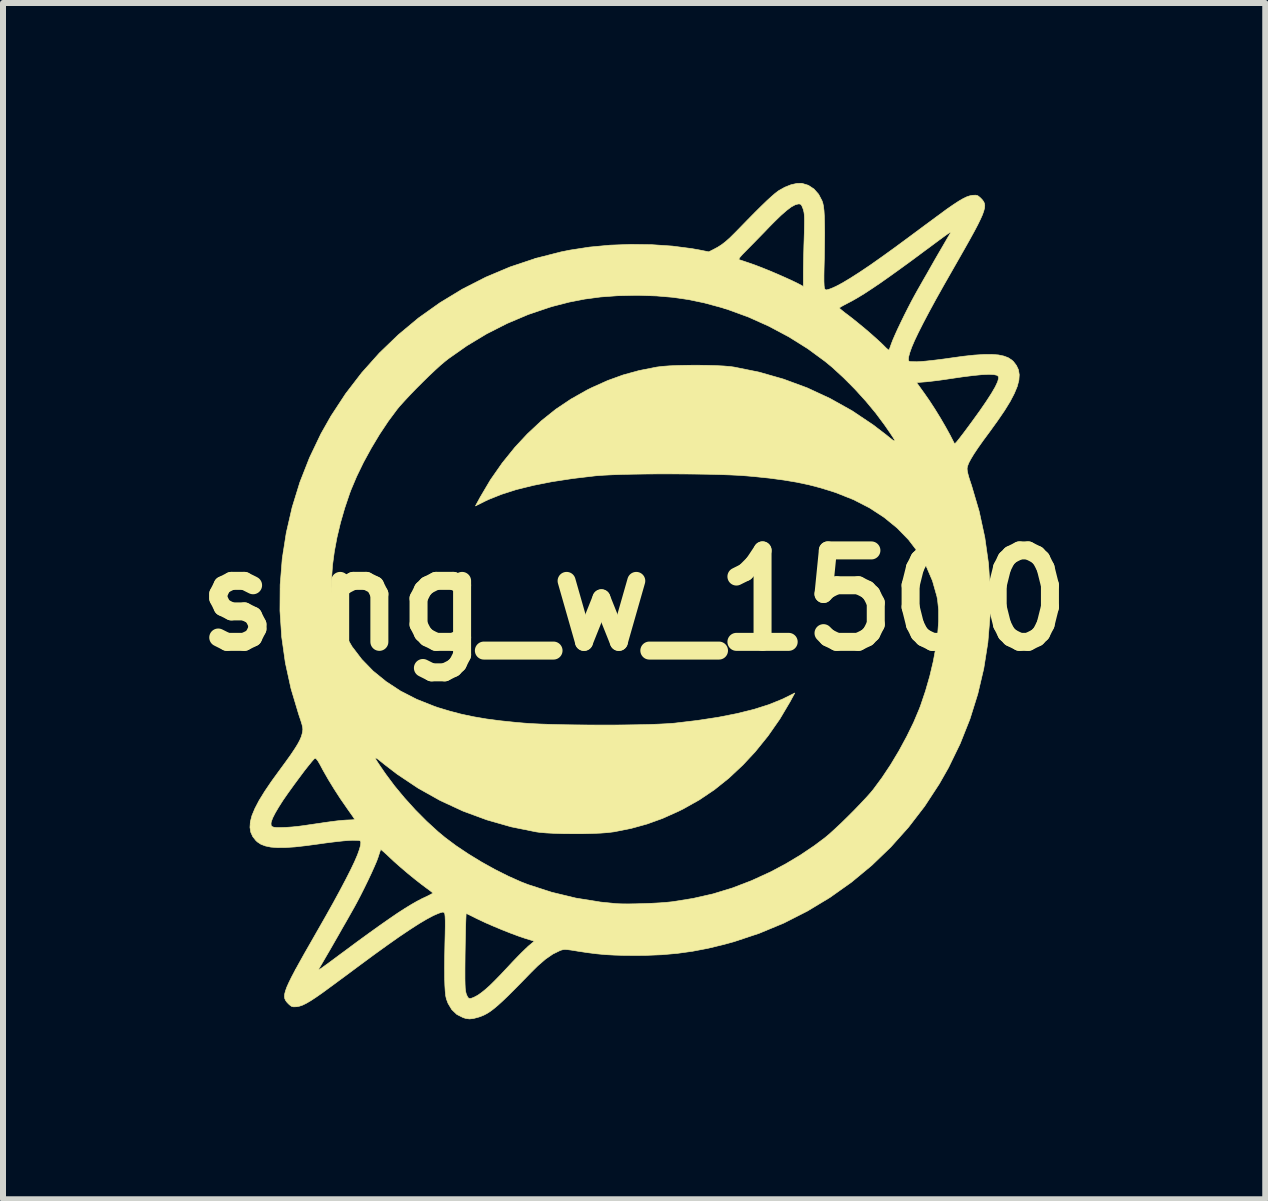
<source format=kicad_pcb>
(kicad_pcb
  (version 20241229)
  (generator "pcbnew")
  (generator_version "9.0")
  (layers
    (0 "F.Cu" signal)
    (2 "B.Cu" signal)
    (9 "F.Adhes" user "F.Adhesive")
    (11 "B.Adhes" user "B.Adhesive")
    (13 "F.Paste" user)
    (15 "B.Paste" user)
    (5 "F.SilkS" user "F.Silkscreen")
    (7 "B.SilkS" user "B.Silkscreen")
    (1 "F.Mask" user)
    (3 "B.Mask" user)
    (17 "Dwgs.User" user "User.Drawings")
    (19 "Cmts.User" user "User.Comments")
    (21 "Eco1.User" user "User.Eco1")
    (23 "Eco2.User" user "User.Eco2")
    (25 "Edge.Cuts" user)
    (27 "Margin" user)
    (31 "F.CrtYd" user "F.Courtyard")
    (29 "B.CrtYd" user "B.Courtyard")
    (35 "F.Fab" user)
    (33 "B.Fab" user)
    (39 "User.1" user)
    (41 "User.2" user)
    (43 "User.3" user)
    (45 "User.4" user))
  (footprint "sing_w_1500"
    (layer "F.Cu")
    (at 7.518 6.958)
    (property "Reference" "sing_w_1500" (at 0 0 0) (layer "F.SilkS") (effects (font (size 1.524 1.524) (thickness 0.3))))
    (attr through_hole)
    (fp_poly (pts (xy 2.799 -6.952) (xy 2.904 -6.92) (xy 2.998 -6.858) (xy 3.075 -6.771) (xy 3.132 -6.662) (xy 3.145 -6.624) (xy 3.156 -6.573) (xy 3.165 -6.499) (xy 3.171 -6.401) (xy 3.174 -6.276) (xy 3.176 -6.123) (xy 3.174 -5.941) (xy 3.171 -5.728) (xy 3.166 -5.537) (xy 3.164 -5.417) (xy 3.164 -5.32) (xy 3.167 -5.248) (xy 3.172 -5.205) (xy 3.175 -5.196) (xy 3.187 -5.18) (xy 3.205 -5.176) (xy 3.239 -5.184) (xy 3.279 -5.198) (xy 3.362 -5.234) (xy 3.471 -5.292) (xy 3.603 -5.371) (xy 3.758 -5.47) (xy 3.935 -5.589) (xy 4.132 -5.728) (xy 4.35 -5.885) (xy 4.476 -5.978) (xy 4.59 -6.062) (xy 4.711 -6.152) (xy 4.832 -6.242) (xy 4.945 -6.325) (xy 5.042 -6.397) (xy 5.078 -6.423) (xy 5.209 -6.52) (xy 5.319 -6.596) (xy 5.409 -6.655) (xy 5.483 -6.698) (xy 5.545 -6.728) (xy 5.597 -6.745) (xy 5.639 -6.753) (xy 5.692 -6.755) (xy 5.727 -6.747) (xy 5.761 -6.721) (xy 5.782 -6.701) (xy 5.807 -6.674) (xy 5.826 -6.647) (xy 5.839 -6.618) (xy 5.844 -6.584) (xy 5.841 -6.542) (xy 5.828 -6.492) (xy 5.806 -6.429) (xy 5.772 -6.353) (xy 5.727 -6.261) (xy 5.669 -6.151) (xy 5.597 -6.02) (xy 5.511 -5.867) (xy 5.409 -5.688) (xy 5.308 -5.511) (xy 5.159 -5.25) (xy 5.028 -5.016) (xy 4.915 -4.808) (xy 4.819 -4.626) (xy 4.739 -4.468) (xy 4.675 -4.334) (xy 4.627 -4.222) (xy 4.595 -4.132) (xy 4.576 -4.062) (xy 4.572 -4.021) (xy 4.573 -4.001) (xy 4.582 -3.988) (xy 4.605 -3.982) (xy 4.649 -3.98) (xy 4.714 -3.979) (xy 4.772 -3.982) (xy 4.856 -3.989) (xy 4.961 -4) (xy 5.078 -4.014) (xy 5.201 -4.03) (xy 5.269 -4.04) (xy 5.484 -4.07) (xy 5.669 -4.09) (xy 5.827 -4.1) (xy 5.96 -4.101) (xy 6.071 -4.093) (xy 6.162 -4.074) (xy 6.236 -4.046) (xy 6.295 -4.007) (xy 6.321 -3.984) (xy 6.372 -3.917) (xy 6.406 -3.844) (xy 6.419 -3.763) (xy 6.413 -3.672) (xy 6.386 -3.568) (xy 6.337 -3.45) (xy 6.267 -3.316) (xy 6.174 -3.165) (xy 6.057 -2.994) (xy 5.925 -2.811) (xy 5.817 -2.665) (xy 5.73 -2.542) (xy 5.662 -2.44) (xy 5.612 -2.357) (xy 5.577 -2.291) (xy 5.557 -2.238) (xy 5.554 -2.226) (xy 5.55 -2.197) (xy 5.553 -2.161) (xy 5.563 -2.113) (xy 5.581 -2.047) (xy 5.61 -1.958) (xy 5.624 -1.917) (xy 5.751 -1.486) (xy 5.845 -1.051) (xy 5.907 -0.613) (xy 5.935 -0.174) (xy 5.932 0.264) (xy 5.896 0.7) (xy 5.828 1.132) (xy 5.728 1.558) (xy 5.597 1.977) (xy 5.434 2.387) (xy 5.24 2.786) (xy 5.086 3.057) (xy 4.842 3.43) (xy 4.572 3.781) (xy 4.278 4.11) (xy 3.961 4.415) (xy 3.623 4.695) (xy 3.265 4.949) (xy 2.889 5.176) (xy 2.496 5.376) (xy 2.087 5.546) (xy 1.663 5.687) (xy 1.499 5.732) (xy 1.23 5.797) (xy 0.974 5.846) (xy 0.721 5.881) (xy 0.462 5.904) (xy 0.185 5.915) (xy 0.025 5.916) (xy -0.164 5.915) (xy -0.329 5.91) (xy -0.48 5.902) (xy -0.626 5.888) (xy -0.777 5.869) (xy -0.943 5.844) (xy -0.959 5.841) (xy -1.046 5.827) (xy -1.108 5.819) (xy -1.151 5.816) (xy -1.184 5.819) (xy -1.214 5.827) (xy -1.238 5.836) (xy -1.353 5.892) (xy -1.475 5.976) (xy -1.606 6.089) (xy -1.718 6.2) (xy -1.864 6.35) (xy -1.99 6.478) (xy -2.097 6.585) (xy -2.19 6.674) (xy -2.269 6.746) (xy -2.337 6.803) (xy -2.398 6.849) (xy -2.453 6.884) (xy -2.505 6.911) (xy -2.556 6.932) (xy -2.595 6.945) (xy -2.678 6.967) (xy -2.743 6.974) (xy -2.804 6.966) (xy -2.849 6.952) (xy -2.954 6.899) (xy -3.038 6.819) (xy -3.101 6.714) (xy -3.129 6.639) (xy -3.14 6.588) (xy -3.148 6.512) (xy -3.154 6.411) (xy -3.158 6.282) (xy -3.158 6.198) (xy -2.819 6.198) (xy -2.819 6.314) (xy -2.817 6.401) (xy -2.814 6.466) (xy -2.808 6.513) (xy -2.8 6.548) (xy -2.79 6.576) (xy -2.769 6.617) (xy -2.749 6.633) (xy -2.72 6.632) (xy -2.714 6.63) (xy -2.671 6.614) (xy -2.618 6.586) (xy -2.599 6.575) (xy -2.54 6.533) (xy -2.477 6.482) (xy -2.406 6.419) (xy -2.326 6.34) (xy -2.231 6.243) (xy -2.118 6.123) (xy -2.104 6.108) (xy -2.024 6.022) (xy -1.945 5.94) (xy -1.872 5.866) (xy -1.81 5.806) (xy -1.766 5.764) (xy -1.759 5.758) (xy -1.663 5.678) (xy -1.81 5.633) (xy -1.922 5.595) (xy -2.054 5.546) (xy -2.198 5.489) (xy -2.342 5.429) (xy -2.478 5.37) (xy -2.596 5.314) (xy -2.62 5.303) (xy -2.689 5.268) (xy -2.746 5.24) (xy -2.784 5.222) (xy -2.798 5.215) (xy -2.8 5.232) (xy -2.802 5.277) (xy -2.805 5.347) (xy -2.808 5.437) (xy -2.81 5.542) (xy -2.813 5.658) (xy -2.815 5.781) (xy -2.817 5.904) (xy -2.818 6.025) (xy -2.819 6.137) (xy -2.819 6.198) (xy -3.158 6.198) (xy -3.159 6.125) (xy -3.157 5.938) (xy -3.153 5.72) (xy -3.149 5.554) (xy -3.147 5.434) (xy -3.147 5.337) (xy -3.15 5.265) (xy -3.155 5.222) (xy -3.158 5.213) (xy -3.17 5.197) (xy -3.189 5.193) (xy -3.222 5.201) (xy -3.262 5.215) (xy -3.345 5.251) (xy -3.454 5.309) (xy -3.586 5.387) (xy -3.741 5.487) (xy -3.918 5.606) (xy -4.115 5.745) (xy -4.333 5.902) (xy -4.459 5.995) (xy -4.573 6.079) (xy -4.694 6.169) (xy -4.815 6.259) (xy -4.928 6.342) (xy -5.025 6.414) (xy -5.061 6.44) (xy -5.193 6.537) (xy -5.302 6.613) (xy -5.392 6.672) (xy -5.466 6.715) (xy -5.528 6.745) (xy -5.58 6.762) (xy -5.623 6.77) (xy -5.675 6.772) (xy -5.71 6.764) (xy -5.744 6.738) (xy -5.765 6.718) (xy -5.79 6.691) (xy -5.809 6.664) (xy -5.822 6.635) (xy -5.827 6.601) (xy -5.824 6.559) (xy -5.811 6.509) (xy -5.789 6.446) (xy -5.755 6.37) (xy -5.71 6.278) (xy -5.652 6.168) (xy -5.644 6.153) (xy -5.259 6.153) (xy -5.251 6.152) (xy -5.233 6.142) (xy -5.2 6.12) (xy -5.152 6.085) (xy -5.084 6.036) (xy -4.995 5.97) (xy -4.882 5.886) (xy -4.834 5.851) (xy -4.612 5.686) (xy -4.414 5.542) (xy -4.238 5.416) (xy -4.082 5.307) (xy -3.945 5.213) (xy -3.823 5.134) (xy -3.715 5.068) (xy -3.619 5.013) (xy -3.533 4.968) (xy -3.498 4.952) (xy -3.435 4.922) (xy -3.387 4.897) (xy -3.358 4.881) (xy -3.354 4.877) (xy -3.366 4.864) (xy -3.4 4.837) (xy -3.447 4.802) (xy -3.449 4.801) (xy -3.544 4.73) (xy -3.655 4.643) (xy -3.774 4.546) (xy -3.891 4.446) (xy -3.999 4.351) (xy -4.063 4.291) (xy -4.121 4.236) (xy -4.171 4.191) (xy -4.206 4.161) (xy -4.222 4.15) (xy -4.222 4.151) (xy -4.23 4.169) (xy -4.244 4.211) (xy -4.263 4.268) (xy -4.265 4.276) (xy -4.29 4.344) (xy -4.329 4.435) (xy -4.378 4.544) (xy -4.435 4.665) (xy -4.497 4.792) (xy -4.561 4.919) (xy -4.624 5.039) (xy -4.66 5.105) (xy -4.696 5.169) (xy -4.744 5.254) (xy -4.8 5.353) (xy -4.863 5.462) (xy -4.928 5.577) (xy -4.994 5.692) (xy -5.058 5.804) (xy -5.117 5.905) (xy -5.168 5.993) (xy -5.208 6.062) (xy -5.235 6.107) (xy -5.237 6.112) (xy -5.249 6.131) (xy -5.257 6.145) (xy -5.259 6.153) (xy -5.644 6.153) (xy -5.58 6.037) (xy -5.494 5.883) (xy -5.392 5.705) (xy -5.291 5.528) (xy -5.142 5.267) (xy -5.011 5.033) (xy -4.898 4.825) (xy -4.802 4.643) (xy -4.722 4.485) (xy -4.658 4.351) (xy -4.61 4.239) (xy -4.578 4.149) (xy -4.559 4.079) (xy -4.555 4.038) (xy -4.557 4.018) (xy -4.565 4.005) (xy -4.588 3.999) (xy -4.632 3.997) (xy -4.697 3.996) (xy -4.755 3.999) (xy -4.84 4.006) (xy -4.944 4.017) (xy -5.061 4.031) (xy -5.184 4.047) (xy -5.252 4.057) (xy -5.467 4.086) (xy -5.653 4.107) (xy -5.81 4.117) (xy -5.943 4.118) (xy -6.054 4.11) (xy -6.145 4.091) (xy -6.219 4.063) (xy -6.278 4.024) (xy -6.304 4) (xy -6.356 3.934) (xy -6.389 3.861) (xy -6.402 3.78) (xy -6.397 3.711) (xy -6.051 3.711) (xy -6.049 3.751) (xy -6.03 3.77) (xy -6.003 3.779) (xy -5.957 3.784) (xy -5.885 3.784) (xy -5.796 3.781) (xy -5.697 3.774) (xy -5.597 3.764) (xy -5.554 3.758) (xy -5.499 3.751) (xy -5.42 3.739) (xy -5.324 3.725) (xy -5.22 3.71) (xy -5.156 3.7) (xy -5.052 3.686) (xy -4.951 3.673) (xy -4.862 3.664) (xy -4.792 3.659) (xy -4.763 3.658) (xy -4.708 3.656) (xy -4.669 3.653) (xy -4.657 3.648) (xy -4.666 3.632) (xy -4.692 3.593) (xy -4.731 3.538) (xy -4.779 3.47) (xy -4.799 3.441) (xy -4.896 3.301) (xy -4.997 3.145) (xy -5.095 2.985) (xy -5.183 2.831) (xy -5.234 2.735) (xy -5.271 2.672) (xy -5.3 2.636) (xy -5.317 2.629) (xy -5.336 2.644) (xy -5.373 2.686) (xy -5.426 2.751) (xy -5.494 2.837) (xy -5.574 2.944) (xy -5.665 3.067) (xy -5.766 3.207) (xy -5.773 3.217) (xy -5.854 3.334) (xy -5.924 3.444) (xy -5.981 3.541) (xy -6.023 3.623) (xy -6.046 3.685) (xy -6.051 3.711) (xy -6.397 3.711) (xy -6.396 3.688) (xy -6.369 3.585) (xy -6.32 3.467) (xy -6.25 3.333) (xy -6.157 3.182) (xy -6.041 3.011) (xy -5.908 2.828) (xy -5.806 2.689) (xy -5.723 2.573) (xy -5.658 2.476) (xy -5.608 2.396) (xy -5.572 2.329) (xy -5.547 2.271) (xy -5.532 2.219) (xy -5.531 2.216) (xy -5.524 2.18) (xy -5.521 2.148) (xy -5.524 2.114) (xy -5.534 2.07) (xy -5.552 2.01) (xy -5.58 1.927) (xy -5.592 1.89) (xy -5.718 1.469) (xy -5.812 1.04) (xy -5.873 0.608) (xy -5.902 0.173) (xy -5.899 -0.263) (xy -5.889 -0.38) (xy -5.041 -0.38) (xy -5.041 -0.191) (xy -5.025 -0.025) (xy -5.013 0.034) (xy -4.939 0.294) (xy -4.834 0.539) (xy -4.701 0.768) (xy -4.539 0.98) (xy -4.35 1.175) (xy -4.133 1.351) (xy -3.892 1.509) (xy -3.625 1.646) (xy -3.333 1.762) (xy -3.268 1.785) (xy -3.075 1.843) (xy -2.881 1.894) (xy -2.678 1.937) (xy -2.462 1.974) (xy -2.225 2.005) (xy -1.964 2.032) (xy -1.837 2.043) (xy -1.713 2.052) (xy -1.562 2.059) (xy -1.389 2.065) (xy -1.199 2.07) (xy -0.996 2.073) (xy -0.785 2.075) (xy -0.57 2.076) (xy -0.356 2.076) (xy -0.148 2.074) (xy 0.051 2.071) (xy 0.235 2.067) (xy 0.4 2.061) (xy 0.541 2.054) (xy 0.654 2.046) (xy 0.677 2.044) (xy 1.057 1.999) (xy 1.403 1.946) (xy 1.717 1.884) (xy 1.999 1.814) (xy 2.248 1.735) (xy 2.465 1.647) (xy 2.525 1.618) (xy 2.678 1.542) (xy 2.598 1.69) (xy 2.429 1.975) (xy 2.233 2.256) (xy 2.019 2.521) (xy 1.814 2.741) (xy 1.578 2.962) (xy 1.338 3.154) (xy 1.087 3.323) (xy 0.818 3.474) (xy 0.737 3.514) (xy 0.474 3.632) (xy 0.216 3.725) (xy -0.048 3.798) (xy -0.333 3.855) (xy -0.341 3.856) (xy -0.437 3.868) (xy -0.559 3.877) (xy -0.701 3.883) (xy -0.856 3.887) (xy -1.017 3.887) (xy -1.176 3.886) (xy -1.327 3.881) (xy -1.463 3.874) (xy -1.577 3.864) (xy -1.634 3.856) (xy -2.049 3.772) (xy -2.455 3.656) (xy -2.851 3.51) (xy -3.233 3.333) (xy -3.599 3.128) (xy -3.948 2.895) (xy -4.163 2.73) (xy -4.227 2.678) (xy -4.273 2.642) (xy -4.302 2.624) (xy -4.312 2.625) (xy -4.305 2.647) (xy -4.278 2.69) (xy -4.233 2.758) (xy -4.169 2.851) (xy -4.137 2.897) (xy -3.993 3.09) (xy -3.827 3.29) (xy -3.646 3.49) (xy -3.457 3.68) (xy -3.269 3.852) (xy -3.15 3.951) (xy -2.968 4.087) (xy -2.763 4.224) (xy -2.544 4.358) (xy -2.319 4.483) (xy -2.096 4.595) (xy -1.883 4.69) (xy -1.77 4.734) (xy -1.375 4.862) (xy -0.969 4.96) (xy -0.558 5.026) (xy -0.288 5.053) (xy -0.205 5.056) (xy -0.096 5.057) (xy 0.03 5.055) (xy 0.165 5.051) (xy 0.301 5.046) (xy 0.43 5.039) (xy 0.544 5.03) (xy 0.634 5.021) (xy 0.635 5.021) (xy 0.984 4.965) (xy 1.315 4.89) (xy 1.636 4.792) (xy 1.955 4.67) (xy 2.278 4.522) (xy 2.524 4.391) (xy 2.77 4.244) (xy 3.003 4.087) (xy 3.183 3.952) (xy 3.257 3.89) (xy 3.348 3.807) (xy 3.451 3.711) (xy 3.559 3.605) (xy 3.668 3.496) (xy 3.772 3.388) (xy 3.865 3.289) (xy 3.943 3.202) (xy 3.986 3.15) (xy 4.131 2.954) (xy 4.276 2.736) (xy 4.415 2.504) (xy 4.544 2.266) (xy 4.659 2.031) (xy 4.753 1.808) (xy 4.774 1.753) (xy 4.857 1.507) (xy 4.928 1.26) (xy 4.986 1.016) (xy 5.03 0.78) (xy 5.06 0.555) (xy 5.075 0.346) (xy 5.075 0.157) (xy 5.058 -0.009) (xy 5.047 -0.068) (xy 4.973 -0.328) (xy 4.868 -0.573) (xy 4.735 -0.802) (xy 4.573 -1.014) (xy 4.383 -1.209) (xy 4.167 -1.385) (xy 3.925 -1.543) (xy 3.658 -1.68) (xy 3.367 -1.796) (xy 3.301 -1.818) (xy 3.109 -1.877) (xy 2.915 -1.928) (xy 2.712 -1.971) (xy 2.496 -2.007) (xy 2.259 -2.039) (xy 1.998 -2.066) (xy 1.871 -2.077) (xy 1.746 -2.086) (xy 1.595 -2.093) (xy 1.423 -2.099) (xy 1.233 -2.104) (xy 1.03 -2.107) (xy 0.819 -2.109) (xy 0.604 -2.11) (xy 0.39 -2.11) (xy 0.182 -2.108) (xy -0.017 -2.105) (xy -0.201 -2.101) (xy -0.366 -2.095) (xy -0.507 -2.088) (xy -0.62 -2.08) (xy -0.643 -2.078) (xy -1.023 -2.033) (xy -1.369 -1.98) (xy -1.683 -1.918) (xy -1.965 -1.848) (xy -2.214 -1.768) (xy -2.431 -1.681) (xy -2.491 -1.652) (xy -2.644 -1.576) (xy -2.564 -1.723) (xy -2.395 -2.009) (xy -2.199 -2.29) (xy -1.985 -2.555) (xy -1.78 -2.775) (xy -1.544 -2.996) (xy -1.304 -3.188) (xy -1.053 -3.356) (xy -0.784 -3.508) (xy -0.703 -3.548) (xy -0.44 -3.666) (xy -0.183 -3.759) (xy 0.082 -3.832) (xy 0.366 -3.888) (xy 0.375 -3.89) (xy 0.47 -3.902) (xy 0.593 -3.911) (xy 0.735 -3.917) (xy 0.89 -3.92) (xy 1.05 -3.921) (xy 1.21 -3.919) (xy 1.361 -3.915) (xy 1.497 -3.908) (xy 1.611 -3.898) (xy 1.668 -3.89) (xy 2.083 -3.806) (xy 2.489 -3.69) (xy 2.885 -3.544) (xy 3.266 -3.367) (xy 3.633 -3.162) (xy 3.981 -2.929) (xy 4.197 -2.764) (xy 4.261 -2.712) (xy 4.307 -2.676) (xy 4.336 -2.658) (xy 4.346 -2.659) (xy 4.339 -2.68) (xy 4.312 -2.724) (xy 4.267 -2.792) (xy 4.203 -2.885) (xy 4.171 -2.931) (xy 4.027 -3.124) (xy 3.861 -3.324) (xy 3.68 -3.523) (xy 3.572 -3.632) (xy 4.708 -3.632) (xy 4.836 -3.454) (xy 4.921 -3.332) (xy 5.014 -3.189) (xy 5.107 -3.038) (xy 5.194 -2.888) (xy 5.269 -2.752) (xy 5.278 -2.734) (xy 5.342 -2.609) (xy 5.378 -2.646) (xy 5.398 -2.671) (xy 5.435 -2.718) (xy 5.485 -2.783) (xy 5.544 -2.862) (xy 5.609 -2.95) (xy 5.631 -2.98) (xy 5.761 -3.16) (xy 5.869 -3.317) (xy 5.955 -3.45) (xy 6.018 -3.558) (xy 6.058 -3.643) (xy 6.075 -3.703) (xy 6.073 -3.732) (xy 6.05 -3.753) (xy 5.996 -3.765) (xy 5.914 -3.769) (xy 5.8 -3.764) (xy 5.656 -3.75) (xy 5.48 -3.728) (xy 5.275 -3.698) (xy 5.168 -3.682) (xy 5.06 -3.667) (xy 4.96 -3.655) (xy 4.88 -3.646) (xy 4.856 -3.644) (xy 4.708 -3.632) (xy 3.572 -3.632) (xy 3.491 -3.713) (xy 3.303 -3.886) (xy 3.183 -3.985) (xy 2.894 -4.197) (xy 2.581 -4.393) (xy 2.249 -4.57) (xy 1.906 -4.724) (xy 1.559 -4.851) (xy 1.481 -4.875) (xy 3.421 -4.875) (xy 3.433 -4.861) (xy 3.468 -4.832) (xy 3.519 -4.791) (xy 3.569 -4.754) (xy 3.653 -4.689) (xy 3.749 -4.611) (xy 3.851 -4.527) (xy 3.951 -4.441) (xy 4.043 -4.359) (xy 4.12 -4.288) (xy 4.165 -4.244) (xy 4.204 -4.205) (xy 4.234 -4.18) (xy 4.248 -4.174) (xy 4.257 -4.193) (xy 4.272 -4.235) (xy 4.288 -4.28) (xy 4.311 -4.34) (xy 4.347 -4.423) (xy 4.393 -4.525) (xy 4.447 -4.638) (xy 4.505 -4.757) (xy 4.565 -4.876) (xy 4.623 -4.988) (xy 4.677 -5.088) (xy 4.713 -5.153) (xy 4.761 -5.237) (xy 4.817 -5.336) (xy 4.88 -5.445) (xy 4.945 -5.56) (xy 5.011 -5.676) (xy 5.075 -5.787) (xy 5.134 -5.888) (xy 5.185 -5.976) (xy 5.225 -6.045) (xy 5.252 -6.09) (xy 5.254 -6.095) (xy 5.266 -6.114) (xy 5.274 -6.128) (xy 5.276 -6.136) (xy 5.268 -6.135) (xy 5.25 -6.125) (xy 5.217 -6.103) (xy 5.168 -6.068) (xy 5.101 -6.019) (xy 5.012 -5.953) (xy 4.899 -5.869) (xy 4.851 -5.834) (xy 4.629 -5.669) (xy 4.431 -5.525) (xy 4.254 -5.398) (xy 4.099 -5.289) (xy 3.961 -5.196) (xy 3.839 -5.116) (xy 3.731 -5.05) (xy 3.635 -4.995) (xy 3.551 -4.951) (xy 3.492 -4.92) (xy 3.447 -4.895) (xy 3.423 -4.878) (xy 3.421 -4.875) (xy 1.481 -4.875) (xy 1.441 -4.887) (xy 1.171 -4.96) (xy 0.909 -5.015) (xy 0.647 -5.053) (xy 0.374 -5.076) (xy 0.082 -5.086) (xy 0.017 -5.086) (xy -0.281 -5.079) (xy -0.557 -5.059) (xy -0.821 -5.024) (xy -1.082 -4.973) (xy -1.35 -4.904) (xy -1.408 -4.887) (xy -1.763 -4.767) (xy -2.115 -4.618) (xy -2.458 -4.444) (xy -2.785 -4.247) (xy -3.09 -4.033) (xy -3.15 -3.986) (xy -3.224 -3.924) (xy -3.315 -3.841) (xy -3.417 -3.745) (xy -3.525 -3.639) (xy -3.634 -3.53) (xy -3.738 -3.422) (xy -3.831 -3.322) (xy -3.909 -3.236) (xy -3.952 -3.183) (xy -4.097 -2.988) (xy -4.242 -2.77) (xy -4.381 -2.538) (xy -4.511 -2.3) (xy -4.625 -2.065) (xy -4.719 -1.842) (xy -4.74 -1.786) (xy -4.823 -1.54) (xy -4.894 -1.294) (xy -4.952 -1.05) (xy -4.996 -0.814) (xy -5.026 -0.589) (xy -5.041 -0.38) (xy -5.889 -0.38) (xy -5.864 -0.697) (xy -5.797 -1.127) (xy -5.699 -1.553) (xy -5.57 -1.971) (xy -5.41 -2.379) (xy -5.22 -2.777) (xy -5.052 -3.074) (xy -4.808 -3.446) (xy -4.539 -3.796) (xy -4.246 -4.124) (xy -3.93 -4.428) (xy -3.594 -4.708) (xy -3.238 -4.961) (xy -2.863 -5.189) (xy -2.473 -5.388) (xy -2.067 -5.559) (xy -1.675 -5.69) (xy 1.746 -5.69) (xy 1.747 -5.682) (xy 1.773 -5.673) (xy 1.822 -5.657) (xy 1.884 -5.636) (xy 1.905 -5.629) (xy 2.011 -5.592) (xy 2.131 -5.546) (xy 2.26 -5.494) (xy 2.392 -5.438) (xy 2.519 -5.382) (xy 2.635 -5.329) (xy 2.734 -5.281) (xy 2.808 -5.241) (xy 2.821 -5.233) (xy 2.821 -5.249) (xy 2.821 -5.291) (xy 2.821 -5.352) (xy 2.821 -5.397) (xy 2.821 -5.461) (xy 2.822 -5.552) (xy 2.824 -5.663) (xy 2.827 -5.786) (xy 2.83 -5.916) (xy 2.833 -6.003) (xy 2.837 -6.139) (xy 2.839 -6.245) (xy 2.84 -6.327) (xy 2.839 -6.389) (xy 2.836 -6.436) (xy 2.831 -6.472) (xy 2.824 -6.502) (xy 2.816 -6.528) (xy 2.796 -6.577) (xy 2.779 -6.602) (xy 2.755 -6.609) (xy 2.736 -6.609) (xy 2.685 -6.595) (xy 2.62 -6.56) (xy 2.542 -6.501) (xy 2.447 -6.418) (xy 2.336 -6.31) (xy 2.252 -6.225) (xy 2.167 -6.136) (xy 2.079 -6.046) (xy 1.995 -5.96) (xy 1.921 -5.885) (xy 1.866 -5.829) (xy 1.805 -5.767) (xy 1.764 -5.72) (xy 1.746 -5.69) (xy -1.675 -5.69) (xy -1.648 -5.7) (xy -1.217 -5.81) (xy -1.067 -5.84) (xy -0.743 -5.89) (xy -0.402 -5.922) (xy -0.053 -5.935) (xy 0.296 -5.93) (xy 0.636 -5.907) (xy 0.96 -5.865) (xy 1.084 -5.843) (xy 1.245 -5.811) (xy 1.326 -5.852) (xy 1.395 -5.889) (xy 1.459 -5.93) (xy 1.524 -5.98) (xy 1.595 -6.043) (xy 1.678 -6.125) (xy 1.735 -6.183) (xy 1.885 -6.337) (xy 2.014 -6.468) (xy 2.123 -6.576) (xy 2.215 -6.665) (xy 2.291 -6.734) (xy 2.352 -6.787) (xy 2.401 -6.824) (xy 2.412 -6.832) (xy 2.512 -6.888) (xy 2.615 -6.929) (xy 2.713 -6.951) (xy 2.795 -6.953) (xy 2.799 -6.952)) (stroke (width 0.01) (type solid)) (fill yes) (layer "F.SilkS")))
  (gr_rect
    (start -3 -3)
    (end 18.037 16.937)
    (stroke (width 0.1) (type default))
    (fill no)
    (layer "Edge.Cuts")))
</source>
